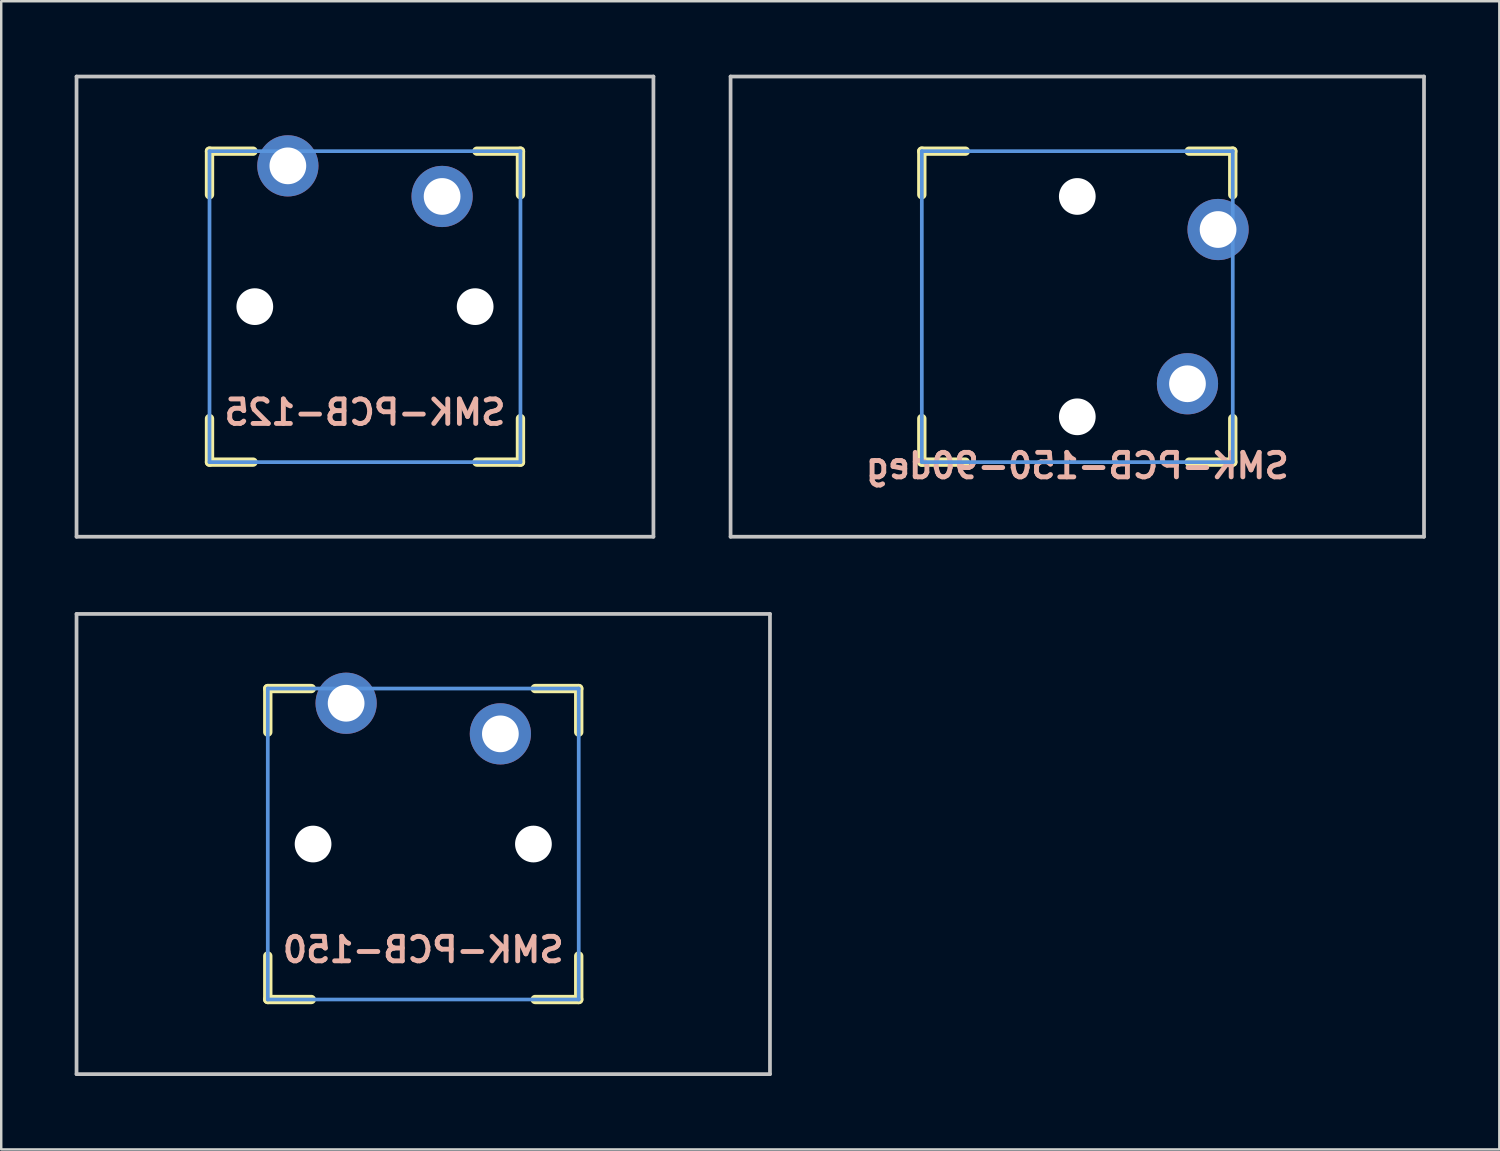
<source format=kicad_pcb>
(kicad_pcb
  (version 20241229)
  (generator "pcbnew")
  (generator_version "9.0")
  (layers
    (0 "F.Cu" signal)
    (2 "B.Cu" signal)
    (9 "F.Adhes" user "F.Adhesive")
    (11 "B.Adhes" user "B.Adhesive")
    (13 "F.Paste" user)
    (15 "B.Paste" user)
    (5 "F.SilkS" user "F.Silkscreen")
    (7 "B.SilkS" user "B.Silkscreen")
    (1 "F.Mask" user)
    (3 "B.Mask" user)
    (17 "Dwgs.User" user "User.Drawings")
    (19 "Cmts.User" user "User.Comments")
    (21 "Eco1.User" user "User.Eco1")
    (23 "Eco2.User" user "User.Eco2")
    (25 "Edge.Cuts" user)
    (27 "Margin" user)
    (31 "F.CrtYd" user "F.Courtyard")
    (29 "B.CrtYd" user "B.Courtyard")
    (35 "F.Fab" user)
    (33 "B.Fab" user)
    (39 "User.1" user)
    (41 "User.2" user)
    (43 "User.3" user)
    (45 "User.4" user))
  (footprint "SMK-PCB-150"
    (layer "F.Cu")
    (at 14.237 31.423)
    (property "Reference" "SMK-PCB-150" (at 0 4.318 0) (layer "B.SilkS") (effects (font (size 1 1) (thickness 0.2)) (justify mirror)))
    (attr through_hole)
    (fp_line (start -6.35 -6.35) (end -4.572 -6.35) (stroke (width 0.381) (type solid)) (layer "F.SilkS"))
    (fp_line (start -6.35 -4.572) (end -6.35 -6.35) (stroke (width 0.381) (type solid)) (layer "F.SilkS"))
    (fp_line (start -6.35 6.35) (end -6.35 4.572) (stroke (width 0.381) (type solid)) (layer "F.SilkS"))
    (fp_line (start -4.572 6.35) (end -6.35 6.35) (stroke (width 0.381) (type solid)) (layer "F.SilkS"))
    (fp_line (start 4.572 -6.35) (end 6.35 -6.35) (stroke (width 0.381) (type solid)) (layer "F.SilkS"))
    (fp_line (start 6.35 -6.35) (end 6.35 -4.572) (stroke (width 0.381) (type solid)) (layer "F.SilkS"))
    (fp_line (start 6.35 4.572) (end 6.35 6.35) (stroke (width 0.381) (type solid)) (layer "F.SilkS"))
    (fp_line (start 6.35 6.35) (end 4.572 6.35) (stroke (width 0.381) (type solid)) (layer "F.SilkS"))
    (fp_line (start -14.161 -9.398) (end 14.161 -9.398) (stroke (width 0.152) (type solid)) (layer "Dwgs.User"))
    (fp_line (start -14.161 9.398) (end -14.161 -9.398) (stroke (width 0.152) (type solid)) (layer "Dwgs.User"))
    (fp_line (start -14.161 9.398) (end 14.161 9.398) (stroke (width 0.152) (type solid)) (layer "Dwgs.User"))
    (fp_line (start 14.161 -9.398) (end 14.161 9.398) (stroke (width 0.152) (type solid)) (layer "Dwgs.User"))
    (fp_line (start -6.35 -6.35) (end 6.35 -6.35) (stroke (width 0.152) (type solid)) (layer "Cmts.User"))
    (fp_line (start -6.35 6.35) (end -6.35 -6.35) (stroke (width 0.152) (type solid)) (layer "Cmts.User"))
    (fp_line (start 6.35 -6.35) (end 6.35 6.35) (stroke (width 0.152) (type solid)) (layer "Cmts.User"))
    (fp_line (start 6.35 6.35) (end -6.35 6.35) (stroke (width 0.152) (type solid)) (layer "Cmts.User"))
    (fp_line (start -7.75 -6.4) (end -6.985 -6.4) (stroke (width 0.152) (type solid)) (layer "Eco2.User"))
    (fp_line (start -7.75 6.4) (end -7.75 -6.4) (stroke (width 0.152) (type solid)) (layer "Eco2.User"))
    (fp_line (start -7.75 6.4) (end -6.985 6.4) (stroke (width 0.152) (type solid)) (layer "Eco2.User"))
    (fp_line (start -6.985 -6.985) (end 6.985 -6.985) (stroke (width 0.152) (type solid)) (layer "Eco2.User"))
    (fp_line (start -6.985 -6.4) (end -6.985 -6.985) (stroke (width 0.152) (type solid)) (layer "Eco2.User"))
    (fp_line (start -6.985 6.4) (end -6.985 6.985) (stroke (width 0.152) (type solid)) (layer "Eco2.User"))
    (fp_line (start 6.985 -6.4) (end 6.985 -6.985) (stroke (width 0.152) (type solid)) (layer "Eco2.User"))
    (fp_line (start 6.985 6.4) (end 7.75 6.4) (stroke (width 0.152) (type solid)) (layer "Eco2.User"))
    (fp_line (start 6.985 6.985) (end -6.985 6.985) (stroke (width 0.152) (type solid)) (layer "Eco2.User"))
    (fp_line (start 6.985 6.985) (end 6.985 6.4) (stroke (width 0.152) (type solid)) (layer "Eco2.User"))
    (fp_line (start 7.75 -6.4) (end 6.985 -6.4) (stroke (width 0.152) (type solid)) (layer "Eco2.User"))
    (fp_line (start 7.75 6.4) (end 7.75 -6.4) (stroke (width 0.152) (type solid)) (layer "Eco2.User"))
    (pad "" np_thru_hole circle (at -4.5 0) (size 1.5 1.5) (drill 1.5) (layers "*.Cu" "*.Mask"))
    (pad "" np_thru_hole circle (at 4.5 0) (size 1.5 1.5) (drill 1.5) (layers "*.Cu" "*.Mask"))
    (pad "1" thru_hole circle (at -3.15 -5.75) (size 2.5 2.5) (drill 1.5) (layers "*.Cu" "*.Mask"))
    (pad "2" thru_hole circle (at 3.15 -4.5) (size 2.5 2.5) (drill 1.5) (layers "*.Cu" "*.Mask")))
  (footprint "SMK-PCB-150-90deg"
    (layer "F.Cu")
    (at 40.95 9.474)
    (property "Reference" "SMK-PCB-150-90deg" (at 0 6.5 0) (layer "B.SilkS") (effects (font (size 1 1) (thickness 0.2)) (justify mirror)))
    (attr through_hole)
    (fp_line (start -6.35 -6.35) (end -4.572 -6.35) (stroke (width 0.381) (type solid)) (layer "F.SilkS"))
    (fp_line (start -6.35 -4.572) (end -6.35 -6.35) (stroke (width 0.381) (type solid)) (layer "F.SilkS"))
    (fp_line (start -6.35 6.35) (end -6.35 4.572) (stroke (width 0.381) (type solid)) (layer "F.SilkS"))
    (fp_line (start -4.572 6.35) (end -6.35 6.35) (stroke (width 0.381) (type solid)) (layer "F.SilkS"))
    (fp_line (start 4.572 -6.35) (end 6.35 -6.35) (stroke (width 0.381) (type solid)) (layer "F.SilkS"))
    (fp_line (start 6.35 -6.35) (end 6.35 -4.572) (stroke (width 0.381) (type solid)) (layer "F.SilkS"))
    (fp_line (start 6.35 4.572) (end 6.35 6.35) (stroke (width 0.381) (type solid)) (layer "F.SilkS"))
    (fp_line (start 6.35 6.35) (end 4.572 6.35) (stroke (width 0.381) (type solid)) (layer "F.SilkS"))
    (fp_line (start -14.161 -9.398) (end 14.161 -9.398) (stroke (width 0.152) (type solid)) (layer "Dwgs.User"))
    (fp_line (start -14.161 9.398) (end -14.161 -9.398) (stroke (width 0.152) (type solid)) (layer "Dwgs.User"))
    (fp_line (start -14.161 9.398) (end 14.161 9.398) (stroke (width 0.152) (type solid)) (layer "Dwgs.User"))
    (fp_line (start 14.161 -9.398) (end 14.161 9.398) (stroke (width 0.152) (type solid)) (layer "Dwgs.User"))
    (fp_line (start -6.35 -6.35) (end 6.35 -6.35) (stroke (width 0.152) (type solid)) (layer "Cmts.User"))
    (fp_line (start -6.35 6.35) (end -6.35 -6.35) (stroke (width 0.152) (type solid)) (layer "Cmts.User"))
    (fp_line (start 6.35 -6.35) (end 6.35 6.35) (stroke (width 0.152) (type solid)) (layer "Cmts.User"))
    (fp_line (start 6.35 6.35) (end -6.35 6.35) (stroke (width 0.152) (type solid)) (layer "Cmts.User"))
    (fp_line (start -6.985 6.985) (end -6.985 -6.985) (stroke (width 0.152) (type solid)) (layer "Eco2.User"))
    (fp_line (start -6.985 6.985) (end -6.4 6.985) (stroke (width 0.152) (type solid)) (layer "Eco2.User"))
    (fp_line (start -6.4 -7.75) (end -6.4 -6.985) (stroke (width 0.152) (type solid)) (layer "Eco2.User"))
    (fp_line (start -6.4 -7.75) (end 6.4 -7.75) (stroke (width 0.152) (type solid)) (layer "Eco2.User"))
    (fp_line (start -6.4 -6.985) (end -6.985 -6.985) (stroke (width 0.152) (type solid)) (layer "Eco2.User"))
    (fp_line (start -6.4 6.985) (end -6.4 7.75) (stroke (width 0.152) (type solid)) (layer "Eco2.User"))
    (fp_line (start -6.4 7.75) (end 6.4 7.75) (stroke (width 0.152) (type solid)) (layer "Eco2.User"))
    (fp_line (start 6.4 -7.75) (end 6.4 -6.985) (stroke (width 0.152) (type solid)) (layer "Eco2.User"))
    (fp_line (start 6.4 -6.985) (end 6.985 -6.985) (stroke (width 0.152) (type solid)) (layer "Eco2.User"))
    (fp_line (start 6.4 6.985) (end 6.985 6.985) (stroke (width 0.152) (type solid)) (layer "Eco2.User"))
    (fp_line (start 6.4 7.75) (end 6.4 6.985) (stroke (width 0.152) (type solid)) (layer "Eco2.User"))
    (fp_line (start 6.985 -6.985) (end 6.985 6.985) (stroke (width 0.152) (type solid)) (layer "Eco2.User"))
    (pad "" np_thru_hole circle (at 0 -4.5 270) (size 1.5 1.5) (drill 1.5) (layers "*.Cu" "*.Mask"))
    (pad "" np_thru_hole circle (at 0 4.5 270) (size 1.5 1.5) (drill 1.5) (layers "*.Cu" "*.Mask"))
    (pad "1" thru_hole circle (at 5.75 -3.15 270) (size 2.5 2.5) (drill 1.5) (layers "*.Cu" "*.Mask"))
    (pad "2" thru_hole circle (at 4.5 3.15 270) (size 2.5 2.5) (drill 1.5) (layers "*.Cu" "*.Mask")))
  (footprint "SMK-PCB-125"
    (layer "F.Cu")
    (at 11.857 9.474)
    (property "Reference" "SMK-PCB-125" (at 0 4.318 0) (layer "B.SilkS") (effects (font (size 1 1) (thickness 0.2)) (justify mirror)))
    (attr through_hole)
    (fp_line (start -6.35 -6.35) (end -4.572 -6.35) (stroke (width 0.381) (type solid)) (layer "F.SilkS"))
    (fp_line (start -6.35 -4.572) (end -6.35 -6.35) (stroke (width 0.381) (type solid)) (layer "F.SilkS"))
    (fp_line (start -6.35 6.35) (end -6.35 4.572) (stroke (width 0.381) (type solid)) (layer "F.SilkS"))
    (fp_line (start -4.572 6.35) (end -6.35 6.35) (stroke (width 0.381) (type solid)) (layer "F.SilkS"))
    (fp_line (start 4.572 -6.35) (end 6.35 -6.35) (stroke (width 0.381) (type solid)) (layer "F.SilkS"))
    (fp_line (start 6.35 -6.35) (end 6.35 -4.572) (stroke (width 0.381) (type solid)) (layer "F.SilkS"))
    (fp_line (start 6.35 4.572) (end 6.35 6.35) (stroke (width 0.381) (type solid)) (layer "F.SilkS"))
    (fp_line (start 6.35 6.35) (end 4.572 6.35) (stroke (width 0.381) (type solid)) (layer "F.SilkS"))
    (fp_line (start -11.781 -9.398) (end 11.781 -9.398) (stroke (width 0.152) (type solid)) (layer "Dwgs.User"))
    (fp_line (start -11.781 9.398) (end -11.781 -9.398) (stroke (width 0.152) (type solid)) (layer "Dwgs.User"))
    (fp_line (start 11.781 -9.398) (end 11.781 9.398) (stroke (width 0.152) (type solid)) (layer "Dwgs.User"))
    (fp_line (start 11.781 9.398) (end -11.781 9.398) (stroke (width 0.152) (type solid)) (layer "Dwgs.User"))
    (fp_line (start -6.35 -6.35) (end 6.35 -6.35) (stroke (width 0.152) (type solid)) (layer "Cmts.User"))
    (fp_line (start -6.35 6.35) (end -6.35 -6.35) (stroke (width 0.152) (type solid)) (layer "Cmts.User"))
    (fp_line (start 6.35 -6.35) (end 6.35 6.35) (stroke (width 0.152) (type solid)) (layer "Cmts.User"))
    (fp_line (start 6.35 6.35) (end -6.35 6.35) (stroke (width 0.152) (type solid)) (layer "Cmts.User"))
    (fp_line (start -7.75 -6.4) (end -6.985 -6.4) (stroke (width 0.152) (type solid)) (layer "Eco2.User"))
    (fp_line (start -7.75 6.4) (end -7.75 -6.4) (stroke (width 0.152) (type solid)) (layer "Eco2.User"))
    (fp_line (start -7.75 6.4) (end -6.985 6.4) (stroke (width 0.152) (type solid)) (layer "Eco2.User"))
    (fp_line (start -6.985 -6.985) (end 6.985 -6.985) (stroke (width 0.152) (type solid)) (layer "Eco2.User"))
    (fp_line (start -6.985 -6.4) (end -6.985 -6.985) (stroke (width 0.152) (type solid)) (layer "Eco2.User"))
    (fp_line (start -6.985 6.4) (end -6.985 6.985) (stroke (width 0.152) (type solid)) (layer "Eco2.User"))
    (fp_line (start 6.985 -6.4) (end 6.985 -6.985) (stroke (width 0.152) (type solid)) (layer "Eco2.User"))
    (fp_line (start 6.985 6.4) (end 7.75 6.4) (stroke (width 0.152) (type solid)) (layer "Eco2.User"))
    (fp_line (start 6.985 6.985) (end -6.985 6.985) (stroke (width 0.152) (type solid)) (layer "Eco2.User"))
    (fp_line (start 6.985 6.985) (end 6.985 6.4) (stroke (width 0.152) (type solid)) (layer "Eco2.User"))
    (fp_line (start 7.75 -6.4) (end 6.985 -6.4) (stroke (width 0.152) (type solid)) (layer "Eco2.User"))
    (fp_line (start 7.75 6.4) (end 7.75 -6.4) (stroke (width 0.152) (type solid)) (layer "Eco2.User"))
    (pad "" np_thru_hole circle (at -4.5 0) (size 1.5 1.5) (drill 1.5) (layers "*.Cu" "*.Mask"))
    (pad "" np_thru_hole circle (at 4.5 0) (size 1.5 1.5) (drill 1.5) (layers "*.Cu" "*.Mask"))
    (pad "1" thru_hole circle (at -3.15 -5.75) (size 2.5 2.5) (drill 1.5) (layers "*.Cu" "*.Mask"))
    (pad "2" thru_hole circle (at 3.15 -4.5) (size 2.5 2.5) (drill 1.5) (layers "*.Cu" "*.Mask")))
  (gr_rect
    (start -3 -3)
    (end 58.187 43.897)
    (stroke (width 0.1) (type default))
    (fill no)
    (layer "Edge.Cuts")))
</source>
